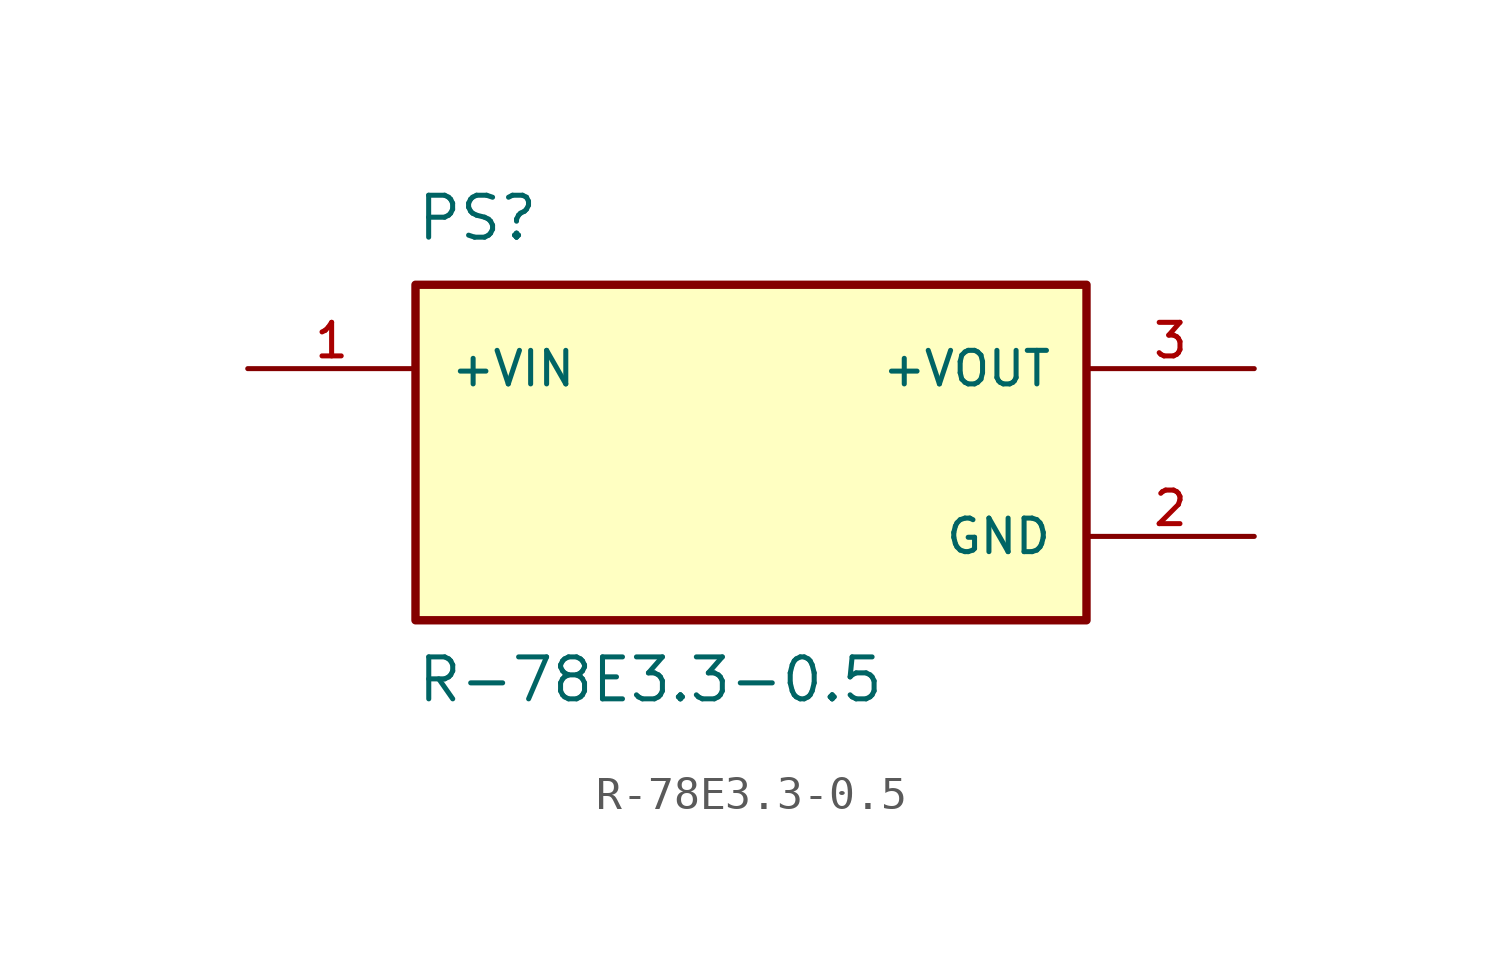
<source format=kicad_sym>
(kicad_symbol_lib
  (version 20211014)
  (generator kicad_symbol_editor)
  (symbol "R-78E3.3-0.5"
    (pin_names
      (offset 1.016))
    (property "Reference" "PS"
      (at -10.164 6.358 0)
      (effects (font (size 1.27 1.27)) (justify bottom left)))
    (property "Value" "R-78E3.3-0.5"
      (at -10.161 -7.623 0)
      (effects (font (size 1.27 1.27)) (justify bottom left)))
    (symbol "R-78E3.3-0.5_0_0"
      (rectangle (start -10.16 -5.08) (end 10.16 5.08) (stroke (width 0.254)) (fill (type background)))
      (pin input line (at -15.24 2.54 0) (length 5.08) (name "+VIN" (effects (font (size 1.016 1.016)))) (number "1" (effects (font (size 1.016 1.016)))))
      (pin output line (at 15.24 2.54 180.0) (length 5.08) (name "+VOUT" (effects (font (size 1.016 1.016)))) (number "3" (effects (font (size 1.016 1.016)))))
      (pin power_in line (at 15.24 -2.54 180.0) (length 5.08) (name "GND" (effects (font (size 1.016 1.016)))) (number "2" (effects (font (size 1.016 1.016))))))))
</source>
